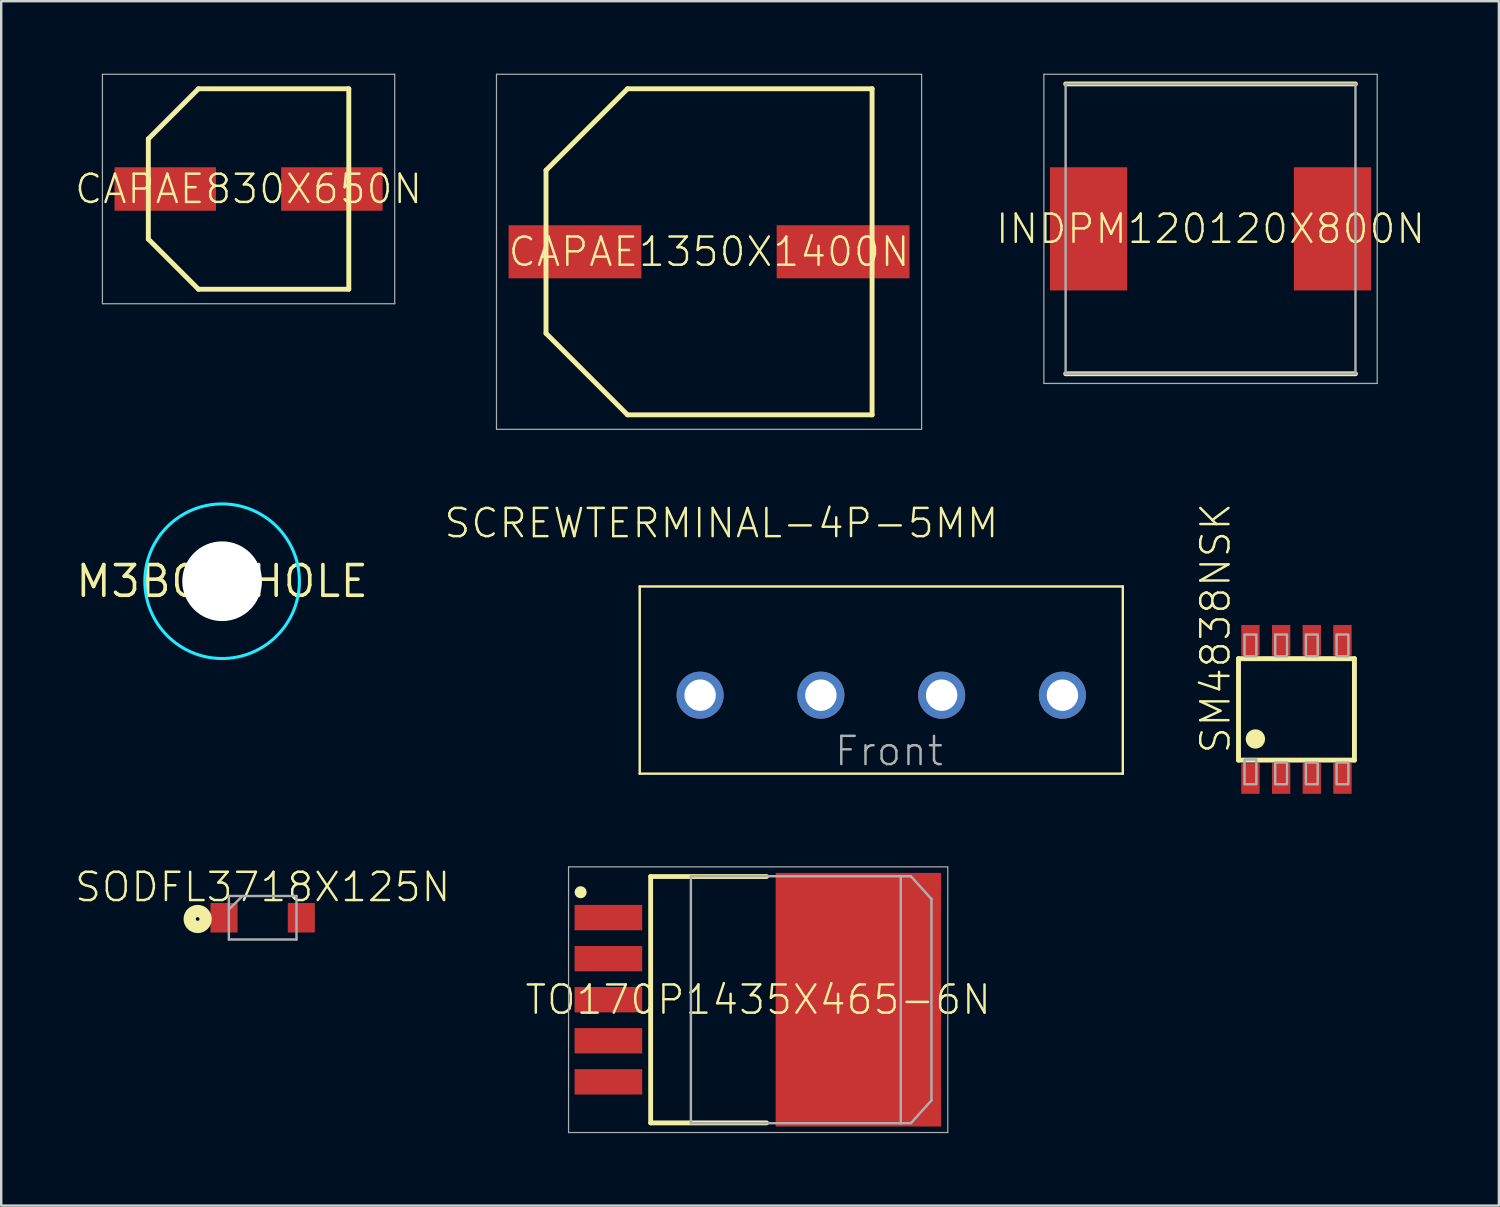
<source format=kicad_pcb>
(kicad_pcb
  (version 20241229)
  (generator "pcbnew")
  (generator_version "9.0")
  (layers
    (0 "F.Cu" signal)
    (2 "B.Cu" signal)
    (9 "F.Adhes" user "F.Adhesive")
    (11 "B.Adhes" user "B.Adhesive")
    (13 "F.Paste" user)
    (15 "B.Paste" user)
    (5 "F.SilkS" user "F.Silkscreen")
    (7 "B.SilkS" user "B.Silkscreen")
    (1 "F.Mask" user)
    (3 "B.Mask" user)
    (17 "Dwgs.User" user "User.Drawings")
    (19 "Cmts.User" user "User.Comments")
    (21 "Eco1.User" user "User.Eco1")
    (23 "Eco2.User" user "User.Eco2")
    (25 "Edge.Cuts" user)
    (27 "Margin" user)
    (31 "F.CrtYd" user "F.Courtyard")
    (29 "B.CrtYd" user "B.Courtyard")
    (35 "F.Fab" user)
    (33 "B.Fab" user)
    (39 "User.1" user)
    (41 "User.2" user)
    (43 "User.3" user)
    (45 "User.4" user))
  (footprint "SODFL3718X125N"
    (layer "F.Cu")
    (at 7.825 34.947)
    (property "Reference" "SODFL3718X125N" (at 0 -1.27 0) (layer "F.SilkS") (effects (font (size 1.168 1.168) (thickness 0.102))))
    (fp_circle (center -2.692 0.051) (end -2.616 0.051) (stroke (width 0.508) (type solid)) (fill no) (layer "F.SilkS"))
    (fp_line (start -1.4 -0.9) (end 1.4 -0.9) (stroke (width 0.1) (type solid)) (layer "F.Fab"))
    (fp_line (start -1.4 -0.34) (end -0.84 -0.9) (stroke (width 0.1) (type solid)) (layer "F.Fab"))
    (fp_line (start -1.4 0.9) (end -1.4 -0.9) (stroke (width 0.1) (type solid)) (layer "F.Fab"))
    (fp_line (start 1.4 -0.9) (end 1.4 0.9) (stroke (width 0.1) (type solid)) (layer "F.Fab"))
    (fp_line (start 1.4 0.9) (end -1.4 0.9) (stroke (width 0.1) (type solid)) (layer "F.Fab"))
    (pad "1" smd rect (at -1.6 0 90) (size 1.22 1.12) (layers "F.Cu" "F.Mask" "F.Paste"))
    (pad "2" smd rect (at 1.6 0 90) (size 1.22 1.12) (layers "F.Cu" "F.Mask" "F.Paste")))
  (footprint "CAPAE830X650N"
    (layer "F.Cu")
    (at 7.241 4.775)
    (property "Reference" "CAPAE830X650N" (at 0 0 0) (layer "F.SilkS") (effects (font (size 1.168 1.168) (thickness 0.102))))
    (fp_line (start -4.15 -2.075) (end -4.15 2.075) (stroke (width 0.203) (type solid)) (layer "F.SilkS"))
    (fp_line (start -4.15 2.075) (end -2.075 4.15) (stroke (width 0.203) (type solid)) (layer "F.SilkS"))
    (fp_line (start -2.075 -4.15) (end -4.15 -2.075) (stroke (width 0.203) (type solid)) (layer "F.SilkS"))
    (fp_line (start -2.075 4.15) (end 4.15 4.15) (stroke (width 0.203) (type solid)) (layer "F.SilkS"))
    (fp_line (start 4.15 -4.15) (end -2.075 -4.15) (stroke (width 0.203) (type solid)) (layer "F.SilkS"))
    (fp_line (start 4.15 4.15) (end 4.15 -4.15) (stroke (width 0.203) (type solid)) (layer "F.SilkS"))
    (fp_line (start -6.05 -4.75) (end 6.05 -4.75) (stroke (width 0.05) (type solid)) (layer "F.Fab"))
    (fp_line (start -6.05 4.75) (end -6.05 -4.75) (stroke (width 0.05) (type solid)) (layer "F.Fab"))
    (fp_line (start 6.05 -4.75) (end 6.05 4.75) (stroke (width 0.05) (type solid)) (layer "F.Fab"))
    (fp_line (start 6.05 4.75) (end -6.05 4.75) (stroke (width 0.05) (type solid)) (layer "F.Fab"))
    (pad "1" smd rect (at -3.45 0) (size 4.2 1.8) (layers "F.Cu" "F.Mask" "F.Paste"))
    (pad "2" smd rect (at 3.45 0) (size 4.2 1.8) (layers "F.Cu" "F.Mask" "F.Paste")))
  (footprint "TO170P1435X465-6N"
    (layer "F.Cu")
    (at 28.339 38.34)
    (property "Reference" "TO170P1435X465-6N" (at 0 0 0) (layer "F.SilkS") (effects (font (size 1.168 1.168) (thickness 0.102))))
    (fp_line (start -4.45 -5.1) (end 0.35 -5.1) (stroke (width 0.2) (type solid)) (layer "F.SilkS"))
    (fp_line (start -4.45 5.1) (end -4.45 -5.1) (stroke (width 0.2) (type solid)) (layer "F.SilkS"))
    (fp_line (start 0.35 5.1) (end -4.45 5.1) (stroke (width 0.2) (type solid)) (layer "F.SilkS"))
    (fp_circle (center -7.35 -4.45) (end -7.225 -4.45) (stroke (width 0.25) (type solid)) (fill no) (layer "F.SilkS"))
    (fp_line (start -7.85 -5.5) (end -7.85 5.5) (stroke (width 0.05) (type solid)) (layer "F.Fab"))
    (fp_line (start -7.85 5.5) (end 7.85 5.5) (stroke (width 0.05) (type solid)) (layer "F.Fab"))
    (fp_line (start -2.885 -5.205) (end -2.885 5.205) (stroke (width 0.001) (type solid)) (layer "F.Fab"))
    (fp_line (start -2.885 5.205) (end 6.005 5.205) (stroke (width 0.001) (type solid)) (layer "F.Fab"))
    (fp_line (start -2.785 -5.112) (end -2.785 5.112) (stroke (width 0.1) (type solid)) (layer "F.Fab"))
    (fp_line (start -2.785 5.112) (end 5.905 5.112) (stroke (width 0.1) (type solid)) (layer "F.Fab"))
    (fp_line (start 5.905 -5.112) (end -2.785 -5.112) (stroke (width 0.1) (type solid)) (layer "F.Fab"))
    (fp_line (start 5.905 5.112) (end 5.905 -5.112) (stroke (width 0.1) (type solid)) (layer "F.Fab"))
    (fp_line (start 5.905 5.112) (end 6.324 5.112) (stroke (width 0.1) (type solid)) (layer "F.Fab"))
    (fp_line (start 6.005 -5.205) (end -2.885 -5.205) (stroke (width 0.001) (type solid)) (layer "F.Fab"))
    (fp_line (start 6.005 5.205) (end 6.005 -5.205) (stroke (width 0.001) (type solid)) (layer "F.Fab"))
    (fp_line (start 6.324 -5.112) (end 5.905 -5.112) (stroke (width 0.1) (type solid)) (layer "F.Fab"))
    (fp_line (start 6.324 5.112) (end 7.175 4.17) (stroke (width 0.1) (type solid)) (layer "F.Fab"))
    (fp_line (start 7.175 -4.17) (end 6.324 -5.112) (stroke (width 0.1) (type solid)) (layer "F.Fab"))
    (fp_line (start 7.175 4.17) (end 7.175 -4.17) (stroke (width 0.1) (type solid)) (layer "F.Fab"))
    (fp_line (start 7.85 -5.5) (end -7.85 -5.5) (stroke (width 0.05) (type solid)) (layer "F.Fab"))
    (fp_line (start 7.85 5.5) (end 7.85 -5.5) (stroke (width 0.05) (type solid)) (layer "F.Fab"))
    (pad "1" smd rect (at -6.2 -3.4) (size 2.8 1.05) (layers "F.Cu" "F.Mask" "F.Paste"))
    (pad "2" smd rect (at -6.2 -1.7) (size 2.8 1.05) (layers "F.Cu" "F.Mask" "F.Paste"))
    (pad "3" smd rect (at -6.2 0) (size 2.8 1.05) (layers "F.Cu" "F.Mask" "F.Paste"))
    (pad "4" smd rect (at -6.2 1.7) (size 2.8 1.05) (layers "F.Cu" "F.Mask" "F.Paste"))
    (pad "5" smd rect (at -6.2 3.4) (size 2.8 1.05) (layers "F.Cu" "F.Mask" "F.Paste"))
    (pad "6" smd rect (at 4.15 0 90) (size 10.5 6.85) (layers "F.Cu" "F.Mask" "F.Paste")))
  (footprint "CAPAE1350X1400N"
    (layer "F.Cu")
    (at 26.306 7.375)
    (property "Reference" "CAPAE1350X1400N" (at 0 0 0) (layer "F.SilkS") (effects (font (size 1.168 1.168) (thickness 0.102))))
    (fp_line (start -6.75 -3.375) (end -6.75 3.375) (stroke (width 0.203) (type solid)) (layer "F.SilkS"))
    (fp_line (start -6.75 3.375) (end -3.375 6.75) (stroke (width 0.203) (type solid)) (layer "F.SilkS"))
    (fp_line (start -3.375 -6.75) (end -6.75 -3.375) (stroke (width 0.203) (type solid)) (layer "F.SilkS"))
    (fp_line (start -3.375 6.75) (end 6.75 6.75) (stroke (width 0.203) (type solid)) (layer "F.SilkS"))
    (fp_line (start 6.75 -6.75) (end -3.375 -6.75) (stroke (width 0.203) (type solid)) (layer "F.SilkS"))
    (fp_line (start 6.75 6.75) (end 6.75 -6.75) (stroke (width 0.203) (type solid)) (layer "F.SilkS"))
    (fp_line (start -8.8 -7.35) (end 8.8 -7.35) (stroke (width 0.05) (type solid)) (layer "F.Fab"))
    (fp_line (start -8.8 7.35) (end -8.8 -7.35) (stroke (width 0.05) (type solid)) (layer "F.Fab"))
    (fp_line (start 8.8 -7.35) (end 8.8 7.35) (stroke (width 0.05) (type solid)) (layer "F.Fab"))
    (fp_line (start 8.8 7.35) (end -8.8 7.35) (stroke (width 0.05) (type solid)) (layer "F.Fab"))
    (pad "1" smd rect (at -5.55 0) (size 5.5 2.2) (layers "F.Cu" "F.Mask" "F.Paste"))
    (pad "2" smd rect (at 5.55 0) (size 5.5 2.2) (layers "F.Cu" "F.Mask" "F.Paste")))
  (footprint "SM4838NSK"
    (layer "F.Cu")
    (at 50.626 26.32)
    (property "Reference" "SM4838NSK" (at -2.667 1.905 90) (layer "F.SilkS") (effects (font (size 1.168 1.168) (thickness 0.102)) (justify left bottom)))
    (fp_line (start -2.4 -2.1) (end 2.4 -2.1) (stroke (width 0.203) (type solid)) (layer "F.SilkS"))
    (fp_line (start -2.4 2.1) (end -2.4 -2.1) (stroke (width 0.203) (type solid)) (layer "F.SilkS"))
    (fp_line (start 2.4 -2.1) (end 2.4 2.1) (stroke (width 0.203) (type solid)) (layer "F.SilkS"))
    (fp_line (start 2.4 2.1) (end -2.4 2.1) (stroke (width 0.203) (type solid)) (layer "F.SilkS"))
    (fp_circle (center -1.7 1.225) (end -1.5 1.225) (stroke (width 0.4) (type solid)) (fill yes) (layer "F.SilkS"))
    (fp_poly (pts (xy -2.15 -2.2) (xy -1.66 -2.2) (xy -1.66 -3.1) (xy -2.15 -3.1)) (stroke (width 0.1) (type solid)) (fill no) (layer "F.Fab"))
    (fp_poly (pts (xy -2.15 3.1) (xy -1.66 3.1) (xy -1.66 2.075) (xy -2.15 2.075)) (stroke (width 0.1) (type solid)) (fill no) (layer "F.Fab"))
    (fp_poly (pts (xy -0.88 -2.2) (xy -0.39 -2.2) (xy -0.39 -3.1) (xy -0.88 -3.1)) (stroke (width 0.1) (type solid)) (fill no) (layer "F.Fab"))
    (fp_poly (pts (xy -0.88 3.1) (xy -0.39 3.1) (xy -0.39 2.2) (xy -0.88 2.2)) (stroke (width 0.1) (type solid)) (fill no) (layer "F.Fab"))
    (fp_poly (pts (xy 0.39 -2.2) (xy 0.88 -2.2) (xy 0.88 -3.1) (xy 0.39 -3.1)) (stroke (width 0.1) (type solid)) (fill no) (layer "F.Fab"))
    (fp_poly (pts (xy 0.39 3.1) (xy 0.88 3.1) (xy 0.88 2.2) (xy 0.39 2.2)) (stroke (width 0.1) (type solid)) (fill no) (layer "F.Fab"))
    (fp_poly (pts (xy 1.66 -2.2) (xy 2.15 -2.2) (xy 2.15 -3.1) (xy 1.66 -3.1)) (stroke (width 0.1) (type solid)) (fill no) (layer "F.Fab"))
    (fp_poly (pts (xy 1.66 3.1) (xy 2.15 3.1) (xy 2.15 2.2) (xy 1.66 2.2)) (stroke (width 0.1) (type solid)) (fill no) (layer "F.Fab"))
    (pad "D1" smd rect (at -1.905 -2.86) (size 0.76 1.27) (layers "F.Cu" "F.Mask" "F.Paste"))
    (pad "D2" smd rect (at -0.635 -2.86) (size 0.76 1.27) (layers "F.Cu" "F.Mask" "F.Paste"))
    (pad "D3" smd rect (at 0.635 -2.86) (size 0.76 1.27) (layers "F.Cu" "F.Mask" "F.Paste"))
    (pad "D4" smd rect (at 1.905 -2.86) (size 0.76 1.27) (layers "F.Cu" "F.Mask" "F.Paste"))
    (pad "G" smd rect (at 1.905 2.86) (size 0.76 1.27) (layers "F.Cu" "F.Mask" "F.Paste"))
    (pad "S1" smd rect (at -1.905 2.86) (size 0.76 1.27) (layers "F.Cu" "F.Mask" "F.Paste"))
    (pad "S2" smd rect (at -0.635 2.86) (size 0.76 1.27) (layers "F.Cu" "F.Mask" "F.Paste"))
    (pad "S3" smd rect (at 0.635 2.86) (size 0.76 1.27) (layers "F.Cu" "F.Mask" "F.Paste")))
  (footprint "SCREWTERMINAL-4P-5MM"
    (layer "F.Cu")
    (at 25.936 25.732)
    (property "Reference" "SCREWTERMINAL-4P-5MM" (at 0.88 -7.12 0) (layer "F.SilkS") (effects (font (size 1.168 1.168) (thickness 0.102))))
    (fp_line (start -2.5 -4.5) (end 17.5 -4.5) (stroke (width 0.1) (type solid)) (layer "F.SilkS"))
    (fp_line (start -2.5 3.25) (end -2.5 -4.5) (stroke (width 0.1) (type solid)) (layer "F.SilkS"))
    (fp_line (start 17.5 -4.5) (end 17.5 3.25) (stroke (width 0.1) (type solid)) (layer "F.SilkS"))
    (fp_line (start 17.5 3.25) (end -2.5 3.25) (stroke (width 0.1) (type solid)) (layer "F.SilkS"))
    (fp_text user "Front" (at 5.5 3 0) (layer "F.Fab") (effects (font (size 1.168 1.168) (thickness 0.102)) (justify left bottom)))
    (pad "1" thru_hole circle (at 0 0) (size 1.95 1.95) (drill 1.3) (layers "*.Cu" "*.Mask"))
    (pad "2" thru_hole circle (at 5 0) (size 1.95 1.95) (drill 1.3) (layers "*.Cu" "*.Mask"))
    (pad "3" thru_hole circle (at 10 0) (size 1.95 1.95) (drill 1.3) (layers "*.Cu" "*.Mask"))
    (pad "4" thru_hole circle (at 15 0) (size 1.95 1.95) (drill 1.3) (layers "*.Cu" "*.Mask")))
  (footprint "INDPM120120X800N"
    (layer "F.Cu")
    (at 47.069 6.425)
    (property "Reference" "INDPM120120X800N" (at 0 0 0) (layer "F.SilkS") (effects (font (size 1.168 1.168) (thickness 0.102))))
    (fp_line (start -6 6) (end 6 6) (stroke (width 0.2) (type solid)) (layer "F.SilkS"))
    (fp_line (start 6 -6) (end -6 -6) (stroke (width 0.2) (type solid)) (layer "F.SilkS"))
    (fp_line (start -6.9 -6.4) (end 6.9 -6.4) (stroke (width 0.05) (type solid)) (layer "F.Fab"))
    (fp_line (start -6.9 6.4) (end -6.9 -6.4) (stroke (width 0.05) (type solid)) (layer "F.Fab"))
    (fp_line (start -6 -6) (end 6 -6) (stroke (width 0.1) (type solid)) (layer "F.Fab"))
    (fp_line (start -6 6) (end -6 -6) (stroke (width 0.1) (type solid)) (layer "F.Fab"))
    (fp_line (start 6 -6) (end 6 6) (stroke (width 0.1) (type solid)) (layer "F.Fab"))
    (fp_line (start 6 6) (end -6 6) (stroke (width 0.1) (type solid)) (layer "F.Fab"))
    (fp_line (start 6.9 -6.4) (end 6.9 6.4) (stroke (width 0.05) (type solid)) (layer "F.Fab"))
    (fp_line (start 6.9 6.4) (end -6.9 6.4) (stroke (width 0.05) (type solid)) (layer "F.Fab"))
    (pad "1" smd rect (at -5.05 0 90) (size 5.1 3.2) (layers "F.Cu" "F.Mask" "F.Paste"))
    (pad "2" smd rect (at 5.05 0 90) (size 5.1 3.2) (layers "F.Cu" "F.Mask" "F.Paste")))
  (footprint "M3BOLTHOLE"
    (layer "F.Cu")
    (at 6.146 21.014)
    (property "Reference" "M3BOLTHOLE" (at 0 0 0) (layer "F.SilkS") (effects (font (size 1.27 1.27) (thickness 0.15))))
    (fp_circle (center 0 0) (end 3.2 0) (stroke (width 0.127) (type solid)) (fill no) (layer "B.CrtYd"))
    (pad "" np_thru_hole circle (at 0 0) (size 3.3 3.3) (drill 3.3) (layers "*.Cu" "*.Mask"))
    (zone (net_name "") (layer "F.Cu") (hatch edge 0.508) (connect_pads) (min_thickness 0.254) (filled_areas_thickness no) (keepout (tracks not_allowed) (vias not_allowed) (pads not_allowed) (copperpour not_allowed) (footprints allowed)) (placement (enabled no)) (fill) (polygon (pts (xy 9.409 21.014) (xy 9.36 20.447) (xy 9.212 19.897) (xy 8.972 19.382) (xy 8.646 18.916) (xy 8.243 18.514) (xy 7.777 18.187) (xy 7.262 17.947) (xy 6.712 17.8) (xy 6.146 17.75) (xy 5.579 17.8) (xy 5.029 17.947) (xy 4.514 18.187) (xy 4.048 18.514) (xy 3.646 18.916) (xy 3.319 19.382) (xy 3.079 19.897) (xy 2.932 20.447) (xy 2.882 21.014) (xy 2.932 21.58) (xy 3.079 22.13) (xy 3.319 22.645) (xy 3.646 23.111) (xy 4.048 23.513) (xy 4.514 23.84) (xy 5.029 24.08) (xy 5.579 24.227) (xy 6.146 24.277) (xy 6.712 24.227) (xy 7.262 24.08) (xy 7.777 23.84) (xy 8.243 23.513) (xy 8.646 23.111) (xy 8.972 22.645) (xy 9.212 22.13) (xy 9.36 21.58))) (polygon (pts (xy 9.282 21.014) (xy 9.234 20.469) (xy 9.093 19.941) (xy 8.862 19.445) (xy 8.548 18.997) (xy 8.162 18.611) (xy 7.714 18.297) (xy 7.218 18.066) (xy 6.69 17.925) (xy 6.146 17.877) (xy 5.601 17.925) (xy 5.073 18.066) (xy 4.577 18.297) (xy 4.13 18.611) (xy 3.743 18.997) (xy 3.429 19.445) (xy 3.198 19.941) (xy 3.057 20.469) (xy 3.009 21.014) (xy 3.057 21.558) (xy 3.198 22.086) (xy 3.429 22.582) (xy 3.743 23.03) (xy 4.13 23.416) (xy 4.577 23.73) (xy 5.073 23.961) (xy 5.601 24.102) (xy 6.146 24.15) (xy 6.69 24.102) (xy 7.218 23.961) (xy 7.714 23.73) (xy 8.162 23.416) (xy 8.548 23.03) (xy 8.862 22.582) (xy 9.093 22.086) (xy 9.234 21.558)))))
  (gr_rect
    (start -3 -3)
    (end 59.007 46.865)
    (stroke (width 0.1) (type default))
    (fill no)
    (layer "Edge.Cuts")))
</source>
